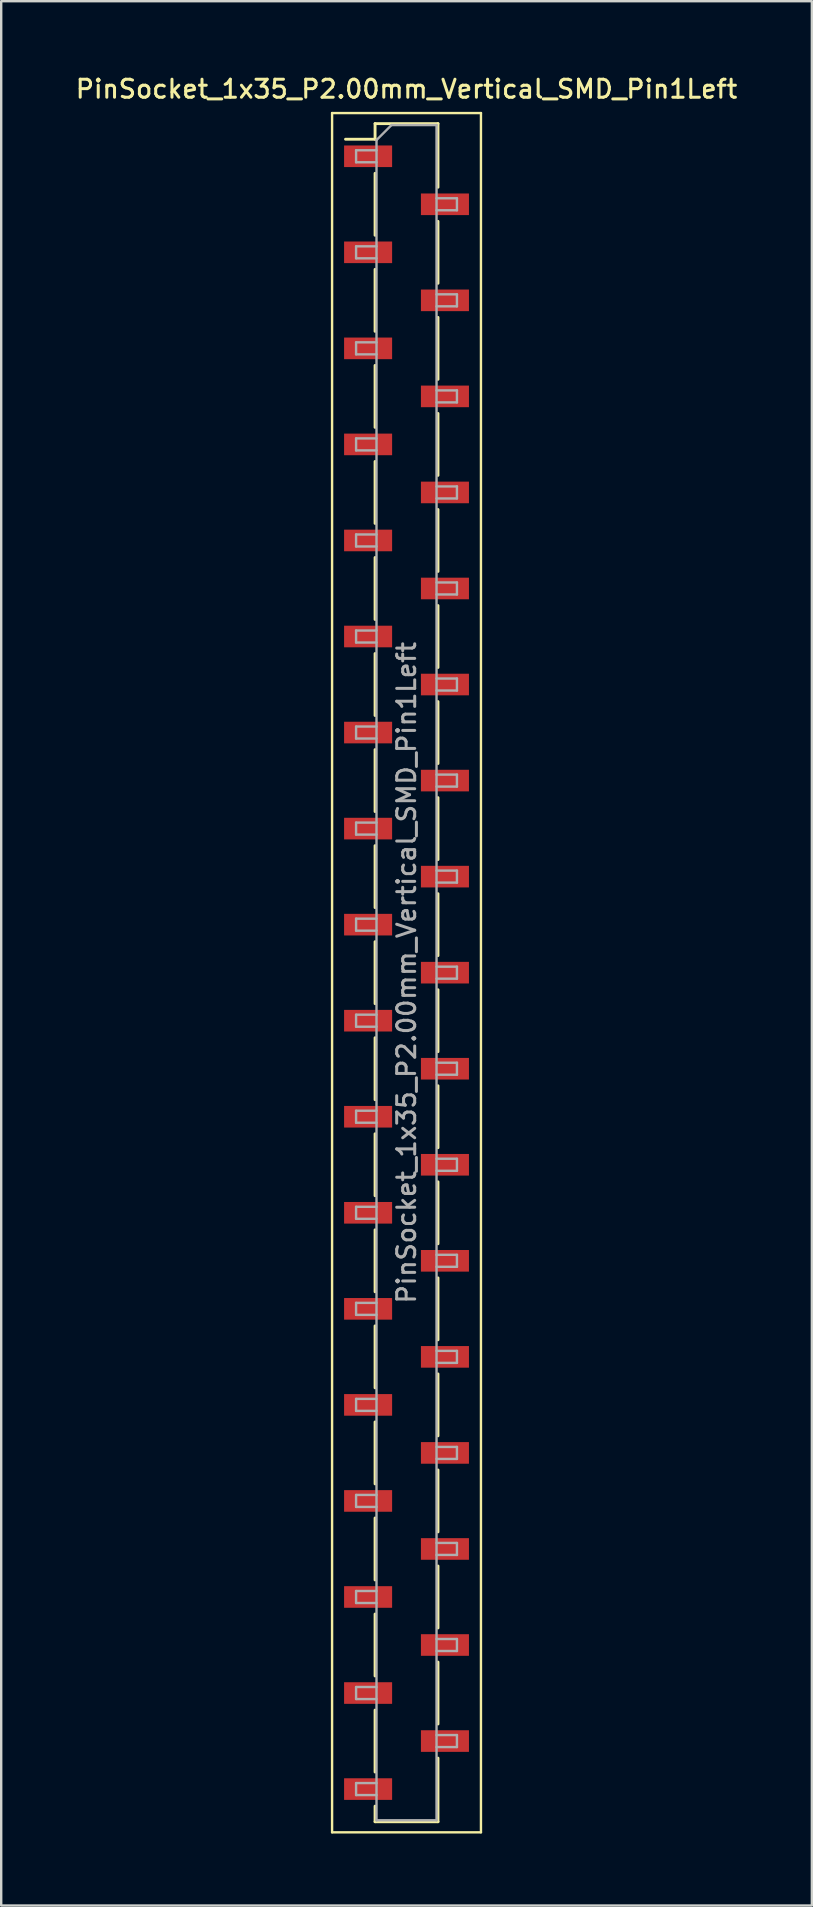
<source format=kicad_pcb>
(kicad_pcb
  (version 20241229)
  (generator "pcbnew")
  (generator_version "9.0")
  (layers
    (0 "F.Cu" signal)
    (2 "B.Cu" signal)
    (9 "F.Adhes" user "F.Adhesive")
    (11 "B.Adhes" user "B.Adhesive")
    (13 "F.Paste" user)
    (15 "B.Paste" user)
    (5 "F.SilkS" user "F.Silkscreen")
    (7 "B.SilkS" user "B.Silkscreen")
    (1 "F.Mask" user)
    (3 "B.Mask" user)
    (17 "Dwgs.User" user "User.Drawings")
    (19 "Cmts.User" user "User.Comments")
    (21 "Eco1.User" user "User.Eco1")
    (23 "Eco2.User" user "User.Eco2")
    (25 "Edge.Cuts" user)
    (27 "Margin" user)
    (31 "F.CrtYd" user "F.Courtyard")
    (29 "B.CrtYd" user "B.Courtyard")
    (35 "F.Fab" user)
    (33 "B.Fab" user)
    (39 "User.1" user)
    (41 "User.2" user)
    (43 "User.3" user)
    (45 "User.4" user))
  (footprint "PinSocket_1x35_P2.00mm_Vertical_SMD_Pin1Left"
    (layer "F.Cu")
    (at 13.88 37.458)
    (property "Reference" "PinSocket_1x35_P2.00mm_Vertical_SMD_Pin1Left" (at 0 -36.8 0) (layer "F.SilkS") (effects (font (size 0.75 0.75) (thickness 0.125))))
    (attr smd)
    (fp_line (start -3.1 -35.8) (end 3.1 -35.8) (stroke (width 0.1) (type solid)) (layer "F.SilkS"))
    (fp_line (start -3.1 35.8) (end -3.1 -35.8) (stroke (width 0.1) (type solid)) (layer "F.SilkS"))
    (fp_line (start -2.54 -34.71) (end -1.31 -34.71) (stroke (width 0.12) (type solid)) (layer "F.SilkS"))
    (fp_line (start -1.31 -35.36) (end -1.31 -34.71) (stroke (width 0.12) (type solid)) (layer "F.SilkS"))
    (fp_line (start -1.31 -35.36) (end 1.31 -35.36) (stroke (width 0.12) (type solid)) (layer "F.SilkS"))
    (fp_line (start -1.31 -33.29) (end -1.31 -30.71) (stroke (width 0.12) (type solid)) (layer "F.SilkS"))
    (fp_line (start -1.31 -29.29) (end -1.31 -26.71) (stroke (width 0.12) (type solid)) (layer "F.SilkS"))
    (fp_line (start -1.31 -25.29) (end -1.31 -22.71) (stroke (width 0.12) (type solid)) (layer "F.SilkS"))
    (fp_line (start -1.31 -21.29) (end -1.31 -18.71) (stroke (width 0.12) (type solid)) (layer "F.SilkS"))
    (fp_line (start -1.31 -17.29) (end -1.31 -14.71) (stroke (width 0.12) (type solid)) (layer "F.SilkS"))
    (fp_line (start -1.31 -13.29) (end -1.31 -10.71) (stroke (width 0.12) (type solid)) (layer "F.SilkS"))
    (fp_line (start -1.31 -9.29) (end -1.31 -6.71) (stroke (width 0.12) (type solid)) (layer "F.SilkS"))
    (fp_line (start -1.31 -5.29) (end -1.31 -2.71) (stroke (width 0.12) (type solid)) (layer "F.SilkS"))
    (fp_line (start -1.31 -1.29) (end -1.31 1.29) (stroke (width 0.12) (type solid)) (layer "F.SilkS"))
    (fp_line (start -1.31 2.71) (end -1.31 5.29) (stroke (width 0.12) (type solid)) (layer "F.SilkS"))
    (fp_line (start -1.31 6.71) (end -1.31 9.29) (stroke (width 0.12) (type solid)) (layer "F.SilkS"))
    (fp_line (start -1.31 10.71) (end -1.31 13.29) (stroke (width 0.12) (type solid)) (layer "F.SilkS"))
    (fp_line (start -1.31 14.71) (end -1.31 17.29) (stroke (width 0.12) (type solid)) (layer "F.SilkS"))
    (fp_line (start -1.31 18.71) (end -1.31 21.29) (stroke (width 0.12) (type solid)) (layer "F.SilkS"))
    (fp_line (start -1.31 22.71) (end -1.31 25.29) (stroke (width 0.12) (type solid)) (layer "F.SilkS"))
    (fp_line (start -1.31 26.71) (end -1.31 29.29) (stroke (width 0.12) (type solid)) (layer "F.SilkS"))
    (fp_line (start -1.31 30.71) (end -1.31 33.29) (stroke (width 0.12) (type solid)) (layer "F.SilkS"))
    (fp_line (start -1.31 34.71) (end -1.31 35.36) (stroke (width 0.12) (type solid)) (layer "F.SilkS"))
    (fp_line (start -1.31 35.36) (end 1.31 35.36) (stroke (width 0.12) (type solid)) (layer "F.SilkS"))
    (fp_line (start 1.31 -35.36) (end 1.31 -32.71) (stroke (width 0.12) (type solid)) (layer "F.SilkS"))
    (fp_line (start 1.31 -31.29) (end 1.31 -28.71) (stroke (width 0.12) (type solid)) (layer "F.SilkS"))
    (fp_line (start 1.31 -27.29) (end 1.31 -24.71) (stroke (width 0.12) (type solid)) (layer "F.SilkS"))
    (fp_line (start 1.31 -23.29) (end 1.31 -20.71) (stroke (width 0.12) (type solid)) (layer "F.SilkS"))
    (fp_line (start 1.31 -19.29) (end 1.31 -16.71) (stroke (width 0.12) (type solid)) (layer "F.SilkS"))
    (fp_line (start 1.31 -15.29) (end 1.31 -12.71) (stroke (width 0.12) (type solid)) (layer "F.SilkS"))
    (fp_line (start 1.31 -11.29) (end 1.31 -8.71) (stroke (width 0.12) (type solid)) (layer "F.SilkS"))
    (fp_line (start 1.31 -7.29) (end 1.31 -4.71) (stroke (width 0.12) (type solid)) (layer "F.SilkS"))
    (fp_line (start 1.31 -3.29) (end 1.31 -0.71) (stroke (width 0.12) (type solid)) (layer "F.SilkS"))
    (fp_line (start 1.31 0.71) (end 1.31 3.29) (stroke (width 0.12) (type solid)) (layer "F.SilkS"))
    (fp_line (start 1.31 4.71) (end 1.31 7.29) (stroke (width 0.12) (type solid)) (layer "F.SilkS"))
    (fp_line (start 1.31 8.71) (end 1.31 11.29) (stroke (width 0.12) (type solid)) (layer "F.SilkS"))
    (fp_line (start 1.31 12.71) (end 1.31 15.29) (stroke (width 0.12) (type solid)) (layer "F.SilkS"))
    (fp_line (start 1.31 16.71) (end 1.31 19.29) (stroke (width 0.12) (type solid)) (layer "F.SilkS"))
    (fp_line (start 1.31 20.71) (end 1.31 23.29) (stroke (width 0.12) (type solid)) (layer "F.SilkS"))
    (fp_line (start 1.31 24.71) (end 1.31 27.29) (stroke (width 0.12) (type solid)) (layer "F.SilkS"))
    (fp_line (start 1.31 28.71) (end 1.31 31.29) (stroke (width 0.12) (type solid)) (layer "F.SilkS"))
    (fp_line (start 1.31 32.71) (end 1.31 35.36) (stroke (width 0.12) (type solid)) (layer "F.SilkS"))
    (fp_line (start 3.1 -35.8) (end 3.1 35.8) (stroke (width 0.1) (type solid)) (layer "F.SilkS"))
    (fp_line (start 3.1 35.8) (end -3.1 35.8) (stroke (width 0.1) (type solid)) (layer "F.SilkS"))
    (fp_line (start -2.1 -34.25) (end -1.25 -34.25) (stroke (width 0.1) (type solid)) (layer "F.Fab"))
    (fp_line (start -2.1 -33.75) (end -2.1 -34.25) (stroke (width 0.1) (type solid)) (layer "F.Fab"))
    (fp_line (start -2.1 -30.25) (end -1.25 -30.25) (stroke (width 0.1) (type solid)) (layer "F.Fab"))
    (fp_line (start -2.1 -29.75) (end -2.1 -30.25) (stroke (width 0.1) (type solid)) (layer "F.Fab"))
    (fp_line (start -2.1 -26.25) (end -1.25 -26.25) (stroke (width 0.1) (type solid)) (layer "F.Fab"))
    (fp_line (start -2.1 -25.75) (end -2.1 -26.25) (stroke (width 0.1) (type solid)) (layer "F.Fab"))
    (fp_line (start -2.1 -22.25) (end -1.25 -22.25) (stroke (width 0.1) (type solid)) (layer "F.Fab"))
    (fp_line (start -2.1 -21.75) (end -2.1 -22.25) (stroke (width 0.1) (type solid)) (layer "F.Fab"))
    (fp_line (start -2.1 -18.25) (end -1.25 -18.25) (stroke (width 0.1) (type solid)) (layer "F.Fab"))
    (fp_line (start -2.1 -17.75) (end -2.1 -18.25) (stroke (width 0.1) (type solid)) (layer "F.Fab"))
    (fp_line (start -2.1 -14.25) (end -1.25 -14.25) (stroke (width 0.1) (type solid)) (layer "F.Fab"))
    (fp_line (start -2.1 -13.75) (end -2.1 -14.25) (stroke (width 0.1) (type solid)) (layer "F.Fab"))
    (fp_line (start -2.1 -10.25) (end -1.25 -10.25) (stroke (width 0.1) (type solid)) (layer "F.Fab"))
    (fp_line (start -2.1 -9.75) (end -2.1 -10.25) (stroke (width 0.1) (type solid)) (layer "F.Fab"))
    (fp_line (start -2.1 -6.25) (end -1.25 -6.25) (stroke (width 0.1) (type solid)) (layer "F.Fab"))
    (fp_line (start -2.1 -5.75) (end -2.1 -6.25) (stroke (width 0.1) (type solid)) (layer "F.Fab"))
    (fp_line (start -2.1 -2.25) (end -1.25 -2.25) (stroke (width 0.1) (type solid)) (layer "F.Fab"))
    (fp_line (start -2.1 -1.75) (end -2.1 -2.25) (stroke (width 0.1) (type solid)) (layer "F.Fab"))
    (fp_line (start -2.1 1.75) (end -1.25 1.75) (stroke (width 0.1) (type solid)) (layer "F.Fab"))
    (fp_line (start -2.1 2.25) (end -2.1 1.75) (stroke (width 0.1) (type solid)) (layer "F.Fab"))
    (fp_line (start -2.1 5.75) (end -1.25 5.75) (stroke (width 0.1) (type solid)) (layer "F.Fab"))
    (fp_line (start -2.1 6.25) (end -2.1 5.75) (stroke (width 0.1) (type solid)) (layer "F.Fab"))
    (fp_line (start -2.1 9.75) (end -1.25 9.75) (stroke (width 0.1) (type solid)) (layer "F.Fab"))
    (fp_line (start -2.1 10.25) (end -2.1 9.75) (stroke (width 0.1) (type solid)) (layer "F.Fab"))
    (fp_line (start -2.1 13.75) (end -1.25 13.75) (stroke (width 0.1) (type solid)) (layer "F.Fab"))
    (fp_line (start -2.1 14.25) (end -2.1 13.75) (stroke (width 0.1) (type solid)) (layer "F.Fab"))
    (fp_line (start -2.1 17.75) (end -1.25 17.75) (stroke (width 0.1) (type solid)) (layer "F.Fab"))
    (fp_line (start -2.1 18.25) (end -2.1 17.75) (stroke (width 0.1) (type solid)) (layer "F.Fab"))
    (fp_line (start -2.1 21.75) (end -1.25 21.75) (stroke (width 0.1) (type solid)) (layer "F.Fab"))
    (fp_line (start -2.1 22.25) (end -2.1 21.75) (stroke (width 0.1) (type solid)) (layer "F.Fab"))
    (fp_line (start -2.1 25.75) (end -1.25 25.75) (stroke (width 0.1) (type solid)) (layer "F.Fab"))
    (fp_line (start -2.1 26.25) (end -2.1 25.75) (stroke (width 0.1) (type solid)) (layer "F.Fab"))
    (fp_line (start -2.1 29.75) (end -1.25 29.75) (stroke (width 0.1) (type solid)) (layer "F.Fab"))
    (fp_line (start -2.1 30.25) (end -2.1 29.75) (stroke (width 0.1) (type solid)) (layer "F.Fab"))
    (fp_line (start -2.1 33.75) (end -1.25 33.75) (stroke (width 0.1) (type solid)) (layer "F.Fab"))
    (fp_line (start -2.1 34.25) (end -2.1 33.75) (stroke (width 0.1) (type solid)) (layer "F.Fab"))
    (fp_line (start -1.25 -34.675) (end -0.625 -35.3) (stroke (width 0.1) (type solid)) (layer "F.Fab"))
    (fp_line (start -1.25 -33.75) (end -2.1 -33.75) (stroke (width 0.1) (type solid)) (layer "F.Fab"))
    (fp_line (start -1.25 -29.75) (end -2.1 -29.75) (stroke (width 0.1) (type solid)) (layer "F.Fab"))
    (fp_line (start -1.25 -25.75) (end -2.1 -25.75) (stroke (width 0.1) (type solid)) (layer "F.Fab"))
    (fp_line (start -1.25 -21.75) (end -2.1 -21.75) (stroke (width 0.1) (type solid)) (layer "F.Fab"))
    (fp_line (start -1.25 -17.75) (end -2.1 -17.75) (stroke (width 0.1) (type solid)) (layer "F.Fab"))
    (fp_line (start -1.25 -13.75) (end -2.1 -13.75) (stroke (width 0.1) (type solid)) (layer "F.Fab"))
    (fp_line (start -1.25 -9.75) (end -2.1 -9.75) (stroke (width 0.1) (type solid)) (layer "F.Fab"))
    (fp_line (start -1.25 -5.75) (end -2.1 -5.75) (stroke (width 0.1) (type solid)) (layer "F.Fab"))
    (fp_line (start -1.25 -1.75) (end -2.1 -1.75) (stroke (width 0.1) (type solid)) (layer "F.Fab"))
    (fp_line (start -1.25 2.25) (end -2.1 2.25) (stroke (width 0.1) (type solid)) (layer "F.Fab"))
    (fp_line (start -1.25 6.25) (end -2.1 6.25) (stroke (width 0.1) (type solid)) (layer "F.Fab"))
    (fp_line (start -1.25 10.25) (end -2.1 10.25) (stroke (width 0.1) (type solid)) (layer "F.Fab"))
    (fp_line (start -1.25 14.25) (end -2.1 14.25) (stroke (width 0.1) (type solid)) (layer "F.Fab"))
    (fp_line (start -1.25 18.25) (end -2.1 18.25) (stroke (width 0.1) (type solid)) (layer "F.Fab"))
    (fp_line (start -1.25 22.25) (end -2.1 22.25) (stroke (width 0.1) (type solid)) (layer "F.Fab"))
    (fp_line (start -1.25 26.25) (end -2.1 26.25) (stroke (width 0.1) (type solid)) (layer "F.Fab"))
    (fp_line (start -1.25 30.25) (end -2.1 30.25) (stroke (width 0.1) (type solid)) (layer "F.Fab"))
    (fp_line (start -1.25 34.25) (end -2.1 34.25) (stroke (width 0.1) (type solid)) (layer "F.Fab"))
    (fp_line (start -1.25 35.3) (end -1.25 -34.675) (stroke (width 0.1) (type solid)) (layer "F.Fab"))
    (fp_line (start -0.625 -35.3) (end 1.25 -35.3) (stroke (width 0.1) (type solid)) (layer "F.Fab"))
    (fp_line (start 1.25 -35.3) (end 1.25 35.3) (stroke (width 0.1) (type solid)) (layer "F.Fab"))
    (fp_line (start 1.25 -32.25) (end 2.1 -32.25) (stroke (width 0.1) (type solid)) (layer "F.Fab"))
    (fp_line (start 1.25 -28.25) (end 2.1 -28.25) (stroke (width 0.1) (type solid)) (layer "F.Fab"))
    (fp_line (start 1.25 -24.25) (end 2.1 -24.25) (stroke (width 0.1) (type solid)) (layer "F.Fab"))
    (fp_line (start 1.25 -20.25) (end 2.1 -20.25) (stroke (width 0.1) (type solid)) (layer "F.Fab"))
    (fp_line (start 1.25 -16.25) (end 2.1 -16.25) (stroke (width 0.1) (type solid)) (layer "F.Fab"))
    (fp_line (start 1.25 -12.25) (end 2.1 -12.25) (stroke (width 0.1) (type solid)) (layer "F.Fab"))
    (fp_line (start 1.25 -8.25) (end 2.1 -8.25) (stroke (width 0.1) (type solid)) (layer "F.Fab"))
    (fp_line (start 1.25 -4.25) (end 2.1 -4.25) (stroke (width 0.1) (type solid)) (layer "F.Fab"))
    (fp_line (start 1.25 -0.25) (end 2.1 -0.25) (stroke (width 0.1) (type solid)) (layer "F.Fab"))
    (fp_line (start 1.25 3.75) (end 2.1 3.75) (stroke (width 0.1) (type solid)) (layer "F.Fab"))
    (fp_line (start 1.25 7.75) (end 2.1 7.75) (stroke (width 0.1) (type solid)) (layer "F.Fab"))
    (fp_line (start 1.25 11.75) (end 2.1 11.75) (stroke (width 0.1) (type solid)) (layer "F.Fab"))
    (fp_line (start 1.25 15.75) (end 2.1 15.75) (stroke (width 0.1) (type solid)) (layer "F.Fab"))
    (fp_line (start 1.25 19.75) (end 2.1 19.75) (stroke (width 0.1) (type solid)) (layer "F.Fab"))
    (fp_line (start 1.25 23.75) (end 2.1 23.75) (stroke (width 0.1) (type solid)) (layer "F.Fab"))
    (fp_line (start 1.25 27.75) (end 2.1 27.75) (stroke (width 0.1) (type solid)) (layer "F.Fab"))
    (fp_line (start 1.25 31.75) (end 2.1 31.75) (stroke (width 0.1) (type solid)) (layer "F.Fab"))
    (fp_line (start 1.25 35.3) (end -1.25 35.3) (stroke (width 0.1) (type solid)) (layer "F.Fab"))
    (fp_line (start 2.1 -32.25) (end 2.1 -31.75) (stroke (width 0.1) (type solid)) (layer "F.Fab"))
    (fp_line (start 2.1 -31.75) (end 1.25 -31.75) (stroke (width 0.1) (type solid)) (layer "F.Fab"))
    (fp_line (start 2.1 -28.25) (end 2.1 -27.75) (stroke (width 0.1) (type solid)) (layer "F.Fab"))
    (fp_line (start 2.1 -27.75) (end 1.25 -27.75) (stroke (width 0.1) (type solid)) (layer "F.Fab"))
    (fp_line (start 2.1 -24.25) (end 2.1 -23.75) (stroke (width 0.1) (type solid)) (layer "F.Fab"))
    (fp_line (start 2.1 -23.75) (end 1.25 -23.75) (stroke (width 0.1) (type solid)) (layer "F.Fab"))
    (fp_line (start 2.1 -20.25) (end 2.1 -19.75) (stroke (width 0.1) (type solid)) (layer "F.Fab"))
    (fp_line (start 2.1 -19.75) (end 1.25 -19.75) (stroke (width 0.1) (type solid)) (layer "F.Fab"))
    (fp_line (start 2.1 -16.25) (end 2.1 -15.75) (stroke (width 0.1) (type solid)) (layer "F.Fab"))
    (fp_line (start 2.1 -15.75) (end 1.25 -15.75) (stroke (width 0.1) (type solid)) (layer "F.Fab"))
    (fp_line (start 2.1 -12.25) (end 2.1 -11.75) (stroke (width 0.1) (type solid)) (layer "F.Fab"))
    (fp_line (start 2.1 -11.75) (end 1.25 -11.75) (stroke (width 0.1) (type solid)) (layer "F.Fab"))
    (fp_line (start 2.1 -8.25) (end 2.1 -7.75) (stroke (width 0.1) (type solid)) (layer "F.Fab"))
    (fp_line (start 2.1 -7.75) (end 1.25 -7.75) (stroke (width 0.1) (type solid)) (layer "F.Fab"))
    (fp_line (start 2.1 -4.25) (end 2.1 -3.75) (stroke (width 0.1) (type solid)) (layer "F.Fab"))
    (fp_line (start 2.1 -3.75) (end 1.25 -3.75) (stroke (width 0.1) (type solid)) (layer "F.Fab"))
    (fp_line (start 2.1 -0.25) (end 2.1 0.25) (stroke (width 0.1) (type solid)) (layer "F.Fab"))
    (fp_line (start 2.1 0.25) (end 1.25 0.25) (stroke (width 0.1) (type solid)) (layer "F.Fab"))
    (fp_line (start 2.1 3.75) (end 2.1 4.25) (stroke (width 0.1) (type solid)) (layer "F.Fab"))
    (fp_line (start 2.1 4.25) (end 1.25 4.25) (stroke (width 0.1) (type solid)) (layer "F.Fab"))
    (fp_line (start 2.1 7.75) (end 2.1 8.25) (stroke (width 0.1) (type solid)) (layer "F.Fab"))
    (fp_line (start 2.1 8.25) (end 1.25 8.25) (stroke (width 0.1) (type solid)) (layer "F.Fab"))
    (fp_line (start 2.1 11.75) (end 2.1 12.25) (stroke (width 0.1) (type solid)) (layer "F.Fab"))
    (fp_line (start 2.1 12.25) (end 1.25 12.25) (stroke (width 0.1) (type solid)) (layer "F.Fab"))
    (fp_line (start 2.1 15.75) (end 2.1 16.25) (stroke (width 0.1) (type solid)) (layer "F.Fab"))
    (fp_line (start 2.1 16.25) (end 1.25 16.25) (stroke (width 0.1) (type solid)) (layer "F.Fab"))
    (fp_line (start 2.1 19.75) (end 2.1 20.25) (stroke (width 0.1) (type solid)) (layer "F.Fab"))
    (fp_line (start 2.1 20.25) (end 1.25 20.25) (stroke (width 0.1) (type solid)) (layer "F.Fab"))
    (fp_line (start 2.1 23.75) (end 2.1 24.25) (stroke (width 0.1) (type solid)) (layer "F.Fab"))
    (fp_line (start 2.1 24.25) (end 1.25 24.25) (stroke (width 0.1) (type solid)) (layer "F.Fab"))
    (fp_line (start 2.1 27.75) (end 2.1 28.25) (stroke (width 0.1) (type solid)) (layer "F.Fab"))
    (fp_line (start 2.1 28.25) (end 1.25 28.25) (stroke (width 0.1) (type solid)) (layer "F.Fab"))
    (fp_line (start 2.1 31.75) (end 2.1 32.25) (stroke (width 0.1) (type solid)) (layer "F.Fab"))
    (fp_line (start 2.1 32.25) (end 1.25 32.25) (stroke (width 0.1) (type solid)) (layer "F.Fab"))
    (fp_text user "${REFERENCE}" (at 0 0 90) (layer "F.Fab") (effects (font (size 0.75 0.75) (thickness 0.125))))
    (pad "1" smd rect (at -1.6 -34) (size 2 0.9) (layers "F.Cu" "F.Mask" "F.Paste"))
    (pad "2" smd rect (at 1.6 -32) (size 2 0.9) (layers "F.Cu" "F.Mask" "F.Paste"))
    (pad "3" smd rect (at -1.6 -30) (size 2 0.9) (layers "F.Cu" "F.Mask" "F.Paste"))
    (pad "4" smd rect (at 1.6 -28) (size 2 0.9) (layers "F.Cu" "F.Mask" "F.Paste"))
    (pad "5" smd rect (at -1.6 -26) (size 2 0.9) (layers "F.Cu" "F.Mask" "F.Paste"))
    (pad "6" smd rect (at 1.6 -24) (size 2 0.9) (layers "F.Cu" "F.Mask" "F.Paste"))
    (pad "7" smd rect (at -1.6 -22) (size 2 0.9) (layers "F.Cu" "F.Mask" "F.Paste"))
    (pad "8" smd rect (at 1.6 -20) (size 2 0.9) (layers "F.Cu" "F.Mask" "F.Paste"))
    (pad "9" smd rect (at -1.6 -18) (size 2 0.9) (layers "F.Cu" "F.Mask" "F.Paste"))
    (pad "10" smd rect (at 1.6 -16) (size 2 0.9) (layers "F.Cu" "F.Mask" "F.Paste"))
    (pad "11" smd rect (at -1.6 -14) (size 2 0.9) (layers "F.Cu" "F.Mask" "F.Paste"))
    (pad "12" smd rect (at 1.6 -12) (size 2 0.9) (layers "F.Cu" "F.Mask" "F.Paste"))
    (pad "13" smd rect (at -1.6 -10) (size 2 0.9) (layers "F.Cu" "F.Mask" "F.Paste"))
    (pad "14" smd rect (at 1.6 -8) (size 2 0.9) (layers "F.Cu" "F.Mask" "F.Paste"))
    (pad "15" smd rect (at -1.6 -6) (size 2 0.9) (layers "F.Cu" "F.Mask" "F.Paste"))
    (pad "16" smd rect (at 1.6 -4) (size 2 0.9) (layers "F.Cu" "F.Mask" "F.Paste"))
    (pad "17" smd rect (at -1.6 -2) (size 2 0.9) (layers "F.Cu" "F.Mask" "F.Paste"))
    (pad "18" smd rect (at 1.6 0) (size 2 0.9) (layers "F.Cu" "F.Mask" "F.Paste"))
    (pad "19" smd rect (at -1.6 2) (size 2 0.9) (layers "F.Cu" "F.Mask" "F.Paste"))
    (pad "20" smd rect (at 1.6 4) (size 2 0.9) (layers "F.Cu" "F.Mask" "F.Paste"))
    (pad "21" smd rect (at -1.6 6) (size 2 0.9) (layers "F.Cu" "F.Mask" "F.Paste"))
    (pad "22" smd rect (at 1.6 8) (size 2 0.9) (layers "F.Cu" "F.Mask" "F.Paste"))
    (pad "23" smd rect (at -1.6 10) (size 2 0.9) (layers "F.Cu" "F.Mask" "F.Paste"))
    (pad "24" smd rect (at 1.6 12) (size 2 0.9) (layers "F.Cu" "F.Mask" "F.Paste"))
    (pad "25" smd rect (at -1.6 14) (size 2 0.9) (layers "F.Cu" "F.Mask" "F.Paste"))
    (pad "26" smd rect (at 1.6 16) (size 2 0.9) (layers "F.Cu" "F.Mask" "F.Paste"))
    (pad "27" smd rect (at -1.6 18) (size 2 0.9) (layers "F.Cu" "F.Mask" "F.Paste"))
    (pad "28" smd rect (at 1.6 20) (size 2 0.9) (layers "F.Cu" "F.Mask" "F.Paste"))
    (pad "29" smd rect (at -1.6 22) (size 2 0.9) (layers "F.Cu" "F.Mask" "F.Paste"))
    (pad "30" smd rect (at 1.6 24) (size 2 0.9) (layers "F.Cu" "F.Mask" "F.Paste"))
    (pad "31" smd rect (at -1.6 26) (size 2 0.9) (layers "F.Cu" "F.Mask" "F.Paste"))
    (pad "32" smd rect (at 1.6 28) (size 2 0.9) (layers "F.Cu" "F.Mask" "F.Paste"))
    (pad "33" smd rect (at -1.6 30) (size 2 0.9) (layers "F.Cu" "F.Mask" "F.Paste"))
    (pad "34" smd rect (at 1.6 32) (size 2 0.9) (layers "F.Cu" "F.Mask" "F.Paste"))
    (pad "35" smd rect (at -1.6 34) (size 2 0.9) (layers "F.Cu" "F.Mask" "F.Paste")))
  (gr_rect
    (start -3 -3)
    (end 30.761 76.308)
    (stroke (width 0.1) (type default))
    (fill no)
    (layer "Edge.Cuts")))
</source>
